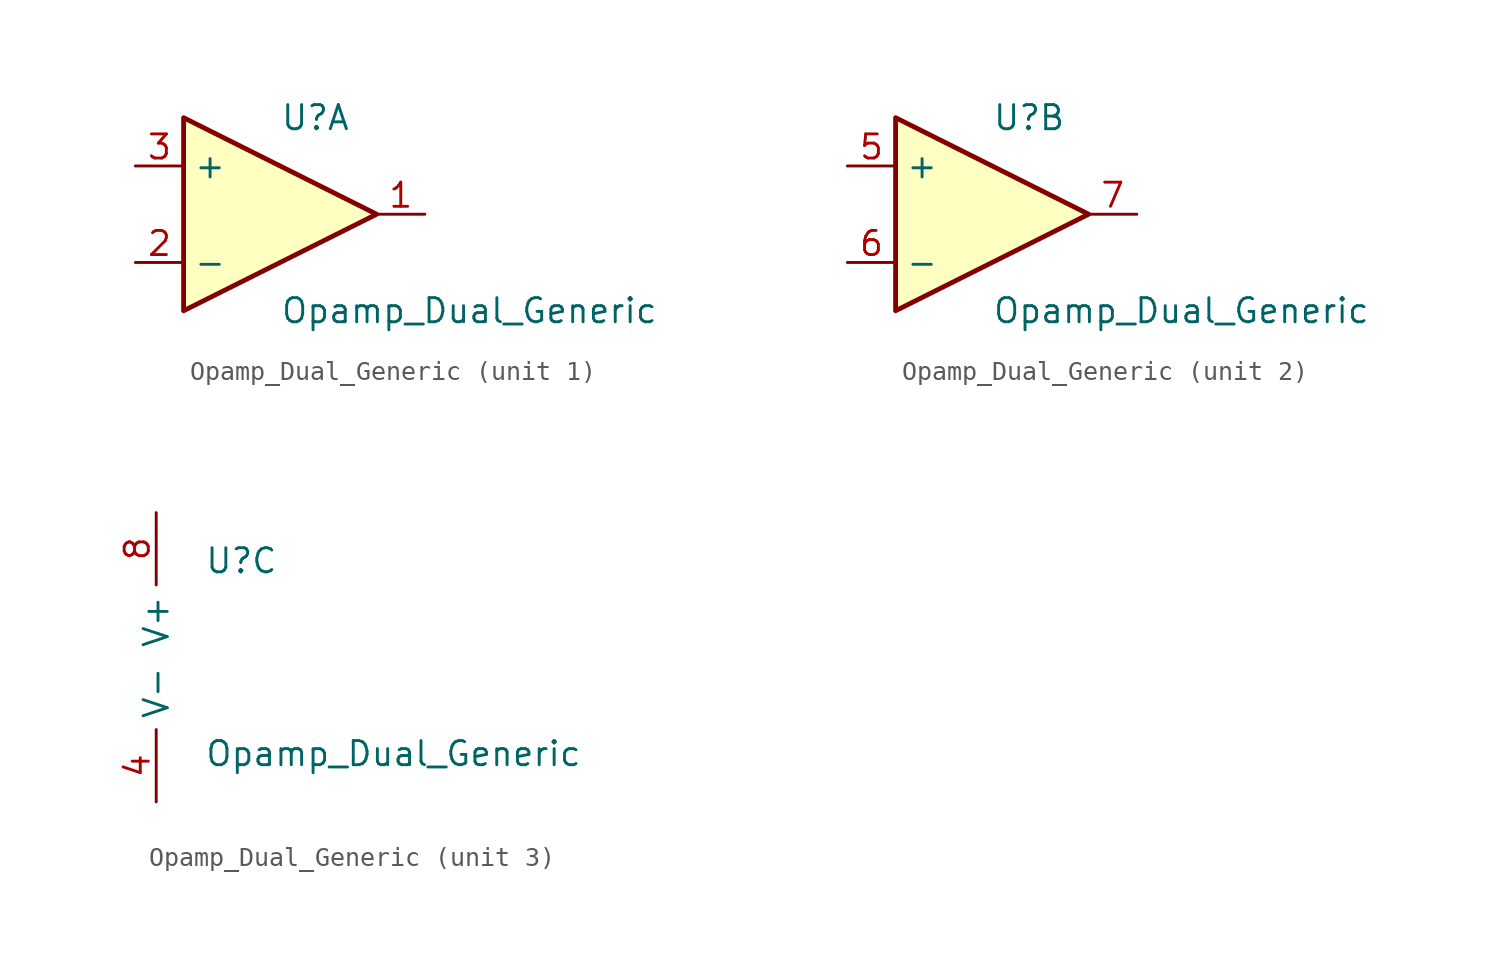
<source format=kicad_sym>
(kicad_symbol_lib
  (version 20211014)
  (generator kicad_symbol_editor)
  (symbol "Opamp_Dual_Generic"
    (property "Reference" "U"
      (at 0 5.08 0)
      (effects (font (size 1.27 1.27)) (justify left)))
    (property "Value" "Opamp_Dual_Generic"
      (at 0 -5.08 0)
      (effects (font (size 1.27 1.27)) (justify left)))
    (symbol "Opamp_Dual_Generic_1_1"
      (polyline (pts (xy -5.08 5.08) (xy 5.08 0) (xy -5.08 -5.08) (xy -5.08 5.08)) (stroke (width 0.254) (type default) (color 0 0 0 0)) (fill (type background)))
      (pin output line (at 7.62 0 180) (length 2.54) (name "~" (effects (font (size 1.27 1.27)))) (number "1" (effects (font (size 1.27 1.27)))))
      (pin input line (at -7.62 -2.54 0) (length 2.54) (name "-" (effects (font (size 1.27 1.27)))) (number "2" (effects (font (size 1.27 1.27)))))
      (pin input line (at -7.62 2.54 0) (length 2.54) (name "+" (effects (font (size 1.27 1.27)))) (number "3" (effects (font (size 1.27 1.27))))))
    (symbol "Opamp_Dual_Generic_2_1"
      (polyline (pts (xy -5.08 5.08) (xy 5.08 0) (xy -5.08 -5.08) (xy -5.08 5.08)) (stroke (width 0.254) (type default) (color 0 0 0 0)) (fill (type background)))
      (pin input line (at -7.62 2.54 0) (length 2.54) (name "+" (effects (font (size 1.27 1.27)))) (number "5" (effects (font (size 1.27 1.27)))))
      (pin input line (at -7.62 -2.54 0) (length 2.54) (name "-" (effects (font (size 1.27 1.27)))) (number "6" (effects (font (size 1.27 1.27)))))
      (pin output line (at 7.62 0 180) (length 2.54) (name "~" (effects (font (size 1.27 1.27)))) (number "7" (effects (font (size 1.27 1.27))))))
    (symbol "Opamp_Dual_Generic_3_1"
      (pin power_in line (at -2.54 -7.62 90) (length 3.81) (name "V-" (effects (font (size 1.27 1.27)))) (number "4" (effects (font (size 1.27 1.27)))))
      (pin power_in line (at -2.54 7.62 270) (length 3.81) (name "V+" (effects (font (size 1.27 1.27)))) (number "8" (effects (font (size 1.27 1.27))))))))
</source>
